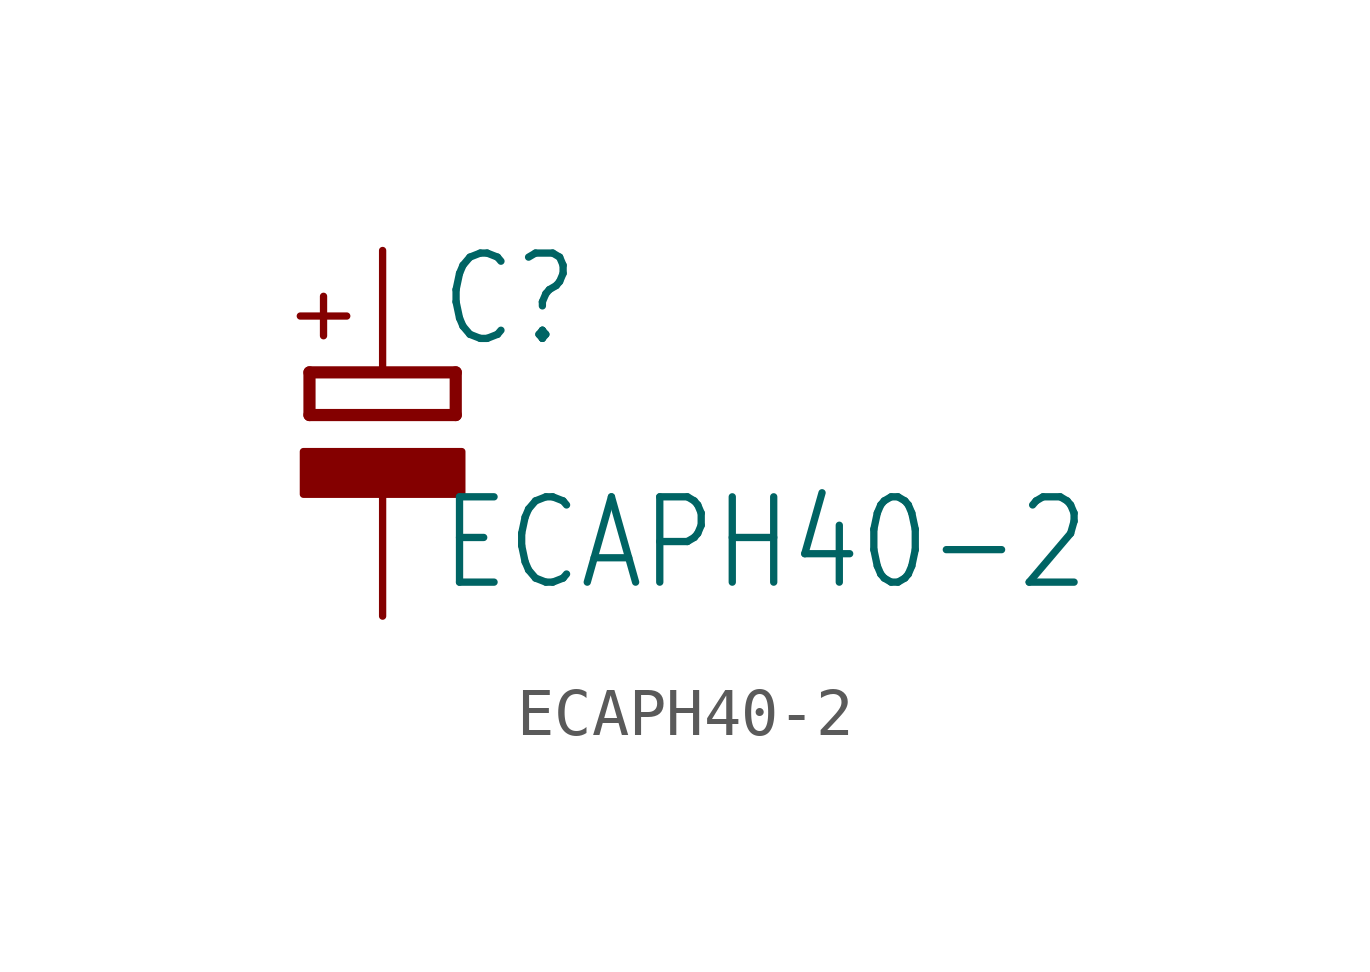
<source format=kicad_sym>
(kicad_symbol_lib
  (version 20211014)
  (generator kicad_symbol_editor)
  (symbol "ECAPH40-2"
    (property "Reference" "C"
      (at 1.143 0.483 0)
      (effects (font (size 1.778 1.511)) (justify left bottom)))
    (property "Value" "ECAPH40-2"
      (at 1.143 -4.597 0)
      (effects (font (size 1.778 1.511)) (justify left bottom)))
    (property "ki_locked" ""
      (at 0 0 0)
      (effects (font (size 1.27 1.27))))
    (symbol "ECAPH40-2_1_0"
      (rectangle (start -1.651 -2.54) (end 1.651 -1.651) (stroke (width 0) (type default) (color 0 0 0 0)) (fill (type outline)))
      (polyline (pts (xy -1.524 -0.889) (xy 1.524 -0.889)) (stroke (width 0.254) (type default) (color 0 0 0 0)) (fill (type none)))
      (polyline (pts (xy -1.524 0) (xy -1.524 -0.889)) (stroke (width 0.254) (type default) (color 0 0 0 0)) (fill (type none)))
      (polyline (pts (xy -1.524 0) (xy 1.524 0)) (stroke (width 0.254) (type default) (color 0 0 0 0)) (fill (type none)))
      (polyline (pts (xy 1.524 -0.889) (xy 1.524 0)) (stroke (width 0.254) (type default) (color 0 0 0 0)) (fill (type none)))
      (text "+" (at -0.584 0.406 900) (effects (font (size 1.27 1.079)) (justify left bottom)))
      (pin passive line (at 0 2.54 270) (length 2.54) (name "+" (effects (font (size 0 0)))) (number "+" (effects (font (size 0 0)))))
      (pin passive line (at 0 -5.08 90) (length 2.54) (name "-" (effects (font (size 0 0)))) (number "-" (effects (font (size 0 0))))))))
</source>
